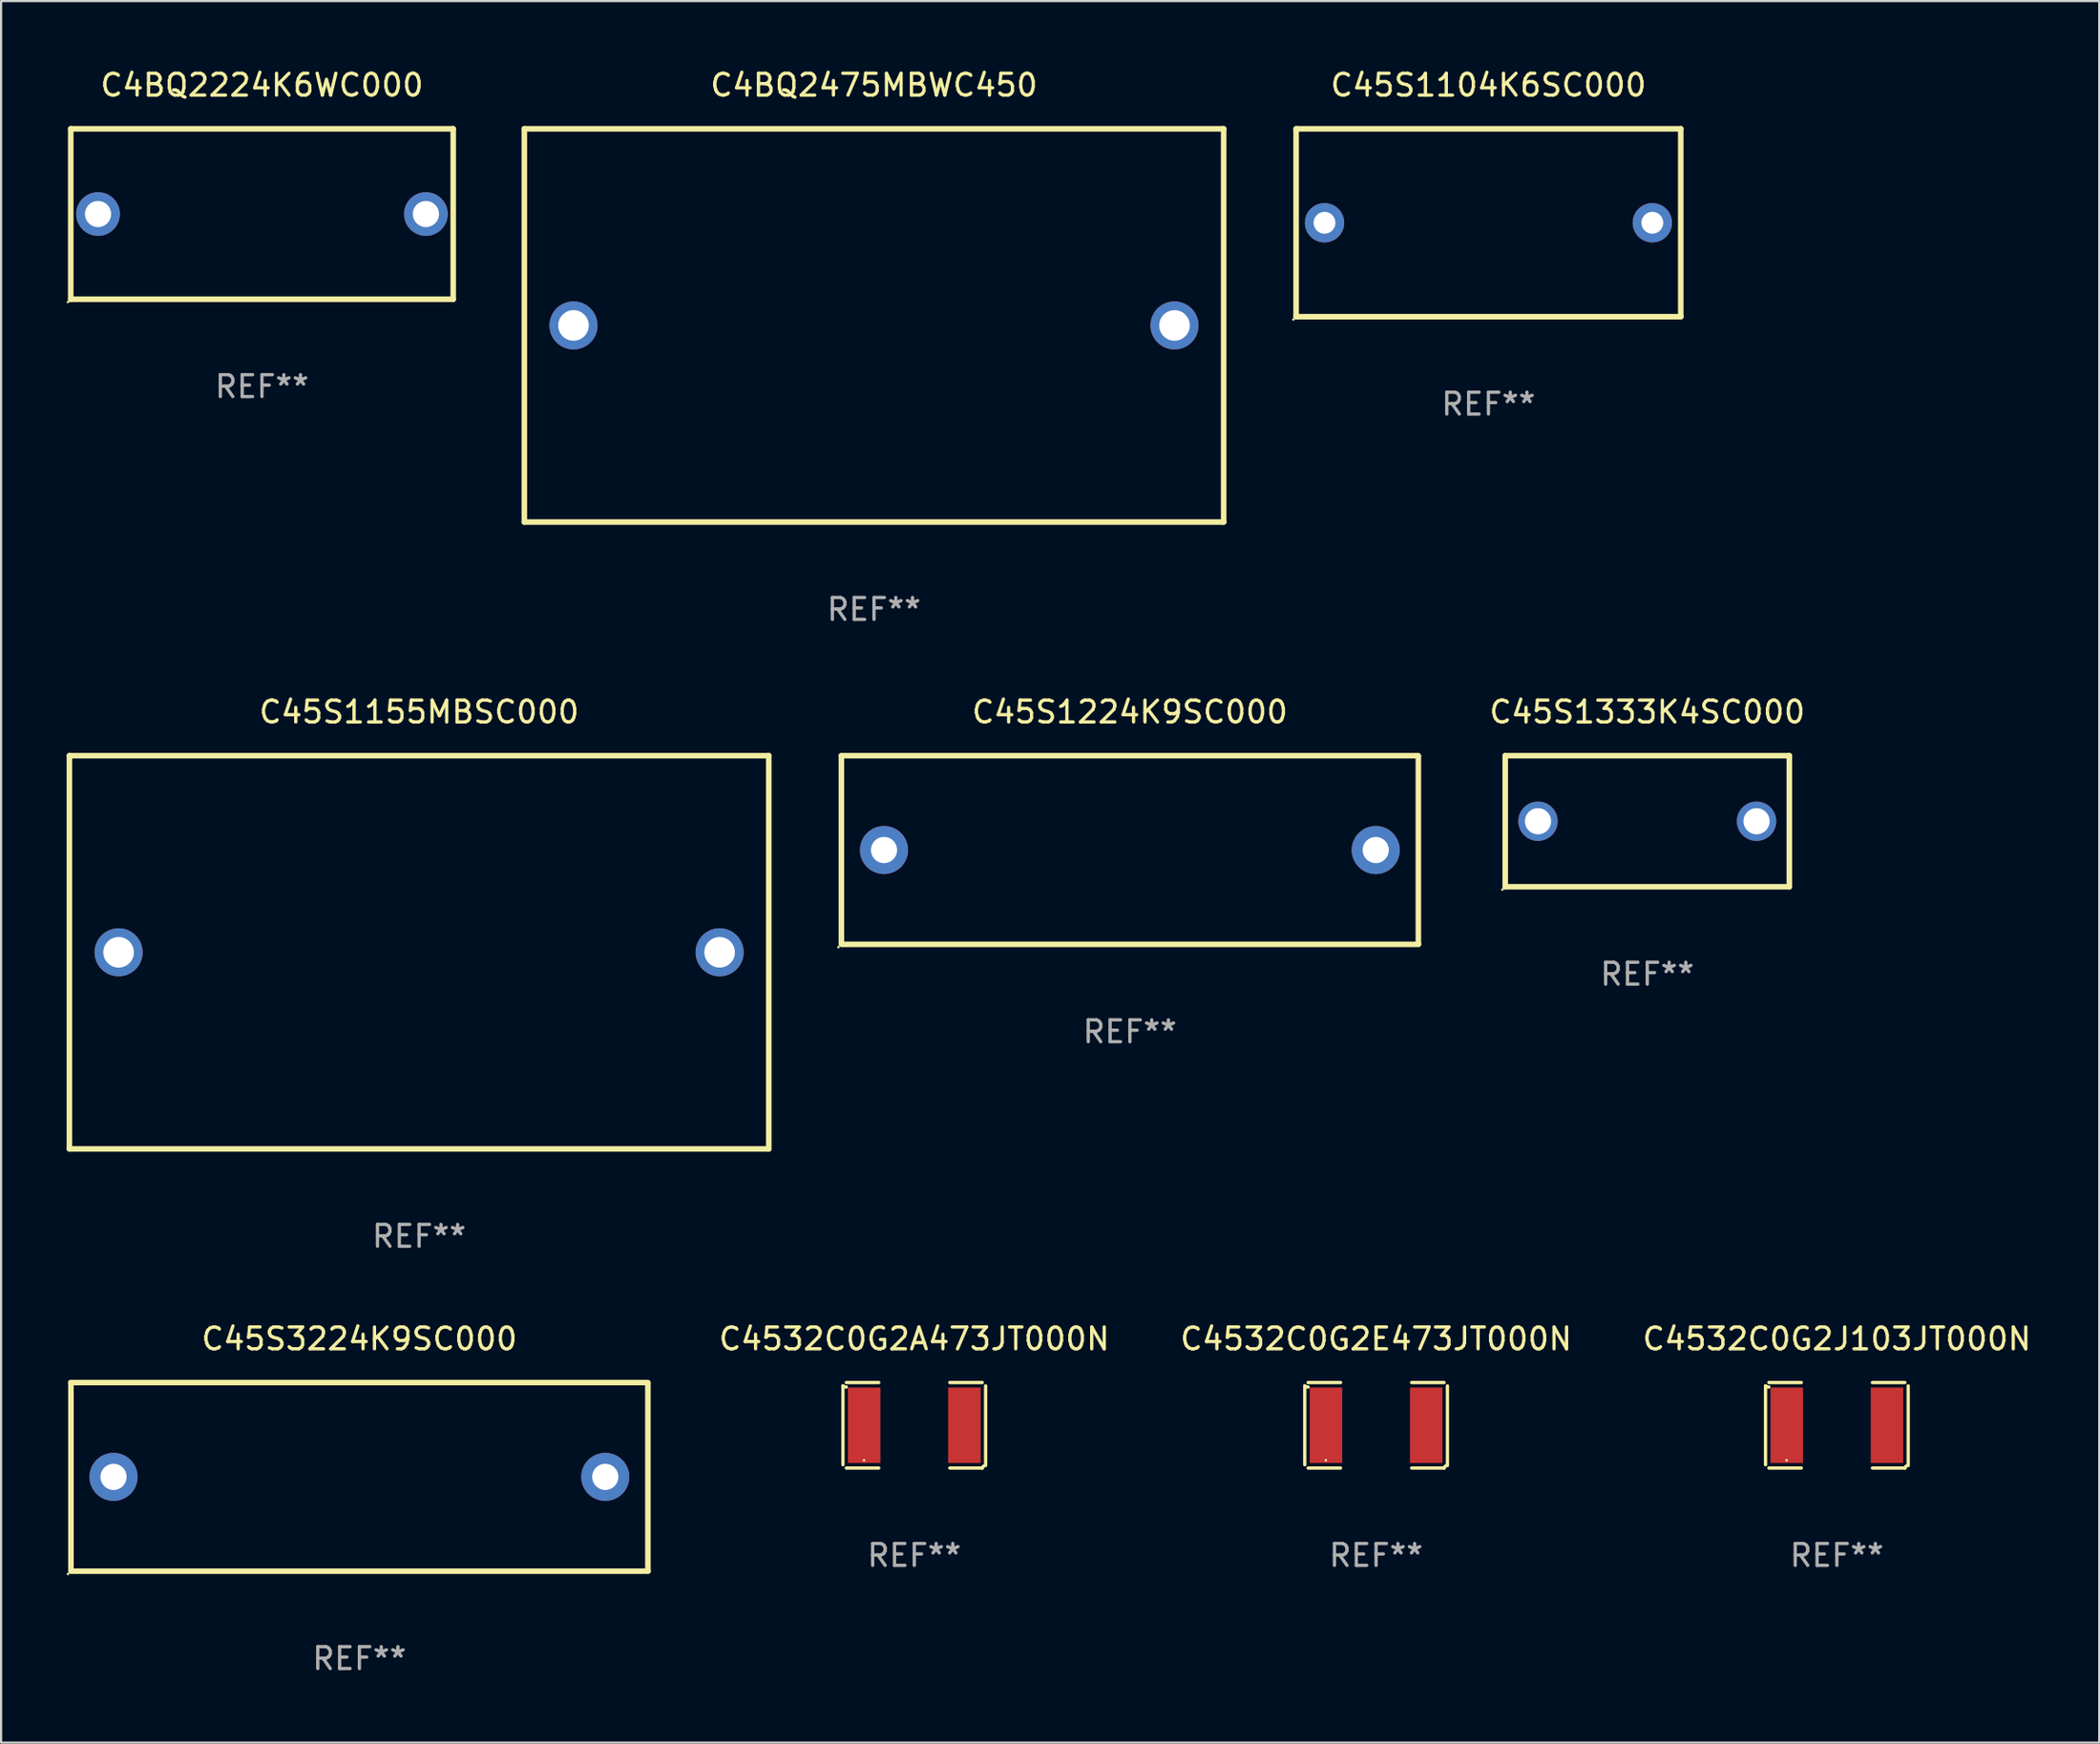
<source format=kicad_pcb>
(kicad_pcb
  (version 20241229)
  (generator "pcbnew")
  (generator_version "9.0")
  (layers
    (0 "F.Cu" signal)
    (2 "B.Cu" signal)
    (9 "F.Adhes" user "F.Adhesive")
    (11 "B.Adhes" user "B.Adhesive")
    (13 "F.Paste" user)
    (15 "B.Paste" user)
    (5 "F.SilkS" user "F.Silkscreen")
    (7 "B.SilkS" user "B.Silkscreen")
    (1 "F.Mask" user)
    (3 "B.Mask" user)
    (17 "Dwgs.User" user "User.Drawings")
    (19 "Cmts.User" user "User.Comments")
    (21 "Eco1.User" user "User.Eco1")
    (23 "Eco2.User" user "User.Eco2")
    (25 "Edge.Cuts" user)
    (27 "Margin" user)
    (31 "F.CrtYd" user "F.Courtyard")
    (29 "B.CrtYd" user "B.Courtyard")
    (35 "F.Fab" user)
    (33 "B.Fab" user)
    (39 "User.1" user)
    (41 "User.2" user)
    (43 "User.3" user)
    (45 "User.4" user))
  (footprint "C4532C0G2E473JT000N"
    (layer "F.Cu")
    (at 59.915 62.198)
    (property "Reference" "C4532C0G2E473JT000N" (at 0 -3.957 0) (layer "F.SilkS") (effects (font (size 1 1) (thickness 0.15))))
    (attr through_hole)
    (fp_line (start -3.264 1.804) (end -3.264 -1.804) (stroke (width 0.152) (type solid)) (layer "F.SilkS"))
    (fp_line (start -3.111 -1.957) (end -1.626 -1.957) (stroke (width 0.152) (type solid)) (layer "F.SilkS"))
    (fp_line (start -1.626 1.957) (end -3.111 1.957) (stroke (width 0.152) (type solid)) (layer "F.SilkS"))
    (fp_line (start 1.626 1.957) (end 3.111 1.957) (stroke (width 0.152) (type solid)) (layer "F.SilkS"))
    (fp_line (start 3.111 -1.957) (end 1.626 -1.957) (stroke (width 0.152) (type solid)) (layer "F.SilkS"))
    (fp_line (start 3.264 1.804) (end 3.264 -1.804) (stroke (width 0.152) (type solid)) (layer "F.SilkS"))
    (fp_arc (start -3.111202 -1.752192) (mid -3.191715 -1.76555) (end -3.263602 -1.804191) (stroke (width 0.1524) (type solid)) (layer "F.SilkS"))
    (fp_arc (start 3.111201 1.956591) (mid 3.167789 1.872777) (end 3.263602 1.840424) (stroke (width 0.1524) (type solid)) (layer "F.SilkS"))
    (fp_circle (center -2.3 1.6) (end -2.27 1.6) (stroke (width 0.06) (type solid)) (fill no) (layer "F.SilkS"))
    (fp_text user "REF**" (at 0 5.957 0) (layer "F.Fab") (effects (font (size 1 1) (thickness 0.15))))
    (pad "1" smd rect (at -2.293 0) (size 1.485 3.456) (layers "F.Cu" "F.Mask" "F.Paste"))
    (pad "2" smd rect (at 2.293 0) (size 1.485 3.456) (layers "F.Cu" "F.Mask" "F.Paste")))
  (footprint "C45S1155MBSC000"
    (layer "F.Cu")
    (at 16.127 40.545)
    (property "Reference" "C45S1155MBSC000" (at 0 -11 0) (layer "F.SilkS") (effects (font (size 1 1) (thickness 0.15))))
    (attr through_hole)
    (fp_line (start -16 -9) (end 16 -9) (stroke (width 0.254) (type solid)) (layer "F.SilkS"))
    (fp_line (start -16 9) (end -16 -9) (stroke (width 0.254) (type solid)) (layer "F.SilkS"))
    (fp_line (start 16 -9) (end 16 9) (stroke (width 0.254) (type solid)) (layer "F.SilkS"))
    (fp_line (start 16 9) (end -16 9) (stroke (width 0.254) (type solid)) (layer "F.SilkS"))
    (fp_circle (center -16 9) (end -15.97 9) (stroke (width 0.06) (type solid)) (fill no) (layer "F.SilkS"))
    (fp_text user "REF**" (at 0 13 0) (layer "F.Fab") (effects (font (size 1 1) (thickness 0.15))))
    (pad "1" thru_hole circle (at -13.75 0) (size 2.2 2.2) (drill 1.4) (layers "*.Cu" "*.Mask"))
    (pad "2" thru_hole circle (at 13.75 0) (size 2.2 2.2) (drill 1.4) (layers "*.Cu" "*.Mask")))
  (footprint "C45S1333K4SC000"
    (layer "F.Cu")
    (at 72.323 34.545)
    (property "Reference" "C45S1333K4SC000" (at 0 -5 0) (layer "F.SilkS") (effects (font (size 1 1) (thickness 0.15))))
    (attr through_hole)
    (fp_line (start -6.5 -3) (end 6.5 -3) (stroke (width 0.254) (type solid)) (layer "F.SilkS"))
    (fp_line (start -6.5 3) (end -6.5 -3) (stroke (width 0.254) (type solid)) (layer "F.SilkS"))
    (fp_line (start -6.5 3) (end 6.5 3) (stroke (width 0.254) (type solid)) (layer "F.SilkS"))
    (fp_line (start 6.5 -3) (end 6.5 3) (stroke (width 0.254) (type solid)) (layer "F.SilkS"))
    (fp_circle (center -6.627 3.127) (end -6.597 3.127) (stroke (width 0.06) (type solid)) (fill no) (layer "F.SilkS"))
    (fp_text user "REF**" (at 0 7 0) (layer "F.Fab") (effects (font (size 1 1) (thickness 0.15))))
    (pad "1" thru_hole circle (at -5 0) (size 1.8 1.8) (drill 1.2) (layers "*.Cu" "*.Mask"))
    (pad "2" thru_hole circle (at 5 0) (size 1.8 1.8) (drill 1.2) (layers "*.Cu" "*.Mask")))
  (footprint "C4532C0G2A473JT000N"
    (layer "F.Cu")
    (at 38.784 62.198)
    (property "Reference" "C4532C0G2A473JT000N" (at 0 -3.957 0) (layer "F.SilkS") (effects (font (size 1 1) (thickness 0.15))))
    (attr through_hole)
    (fp_line (start -3.264 1.804) (end -3.264 -1.804) (stroke (width 0.152) (type solid)) (layer "F.SilkS"))
    (fp_line (start -3.111 -1.957) (end -1.626 -1.957) (stroke (width 0.152) (type solid)) (layer "F.SilkS"))
    (fp_line (start -1.626 1.957) (end -3.111 1.957) (stroke (width 0.152) (type solid)) (layer "F.SilkS"))
    (fp_line (start 1.626 1.957) (end 3.111 1.957) (stroke (width 0.152) (type solid)) (layer "F.SilkS"))
    (fp_line (start 3.111 -1.957) (end 1.626 -1.957) (stroke (width 0.152) (type solid)) (layer "F.SilkS"))
    (fp_line (start 3.264 1.804) (end 3.264 -1.804) (stroke (width 0.152) (type solid)) (layer "F.SilkS"))
    (fp_arc (start -3.111202 -1.752192) (mid -3.191715 -1.76555) (end -3.263602 -1.804191) (stroke (width 0.1524) (type solid)) (layer "F.SilkS"))
    (fp_arc (start 3.111201 1.956591) (mid 3.167789 1.872777) (end 3.263602 1.840424) (stroke (width 0.1524) (type solid)) (layer "F.SilkS"))
    (fp_circle (center -2.3 1.6) (end -2.27 1.6) (stroke (width 0.06) (type solid)) (fill no) (layer "F.SilkS"))
    (fp_text user "REF**" (at 0 5.957 0) (layer "F.Fab") (effects (font (size 1 1) (thickness 0.15))))
    (pad "1" smd rect (at -2.293 0) (size 1.485 3.456) (layers "F.Cu" "F.Mask" "F.Paste"))
    (pad "2" smd rect (at 2.293 0) (size 1.485 3.456) (layers "F.Cu" "F.Mask" "F.Paste")))
  (footprint "C45S1104K6SC000"
    (layer "F.Cu")
    (at 65.055 7.148)
    (property "Reference" "C45S1104K6SC000" (at 0 -6.3 0) (layer "F.SilkS") (effects (font (size 1 1) (thickness 0.15))))
    (attr through_hole)
    (fp_line (start -8.8 -4.3) (end -8.8 4.3) (stroke (width 0.254) (type solid)) (layer "F.SilkS"))
    (fp_line (start -8.8 -4.3) (end 8.8 -4.3) (stroke (width 0.254) (type solid)) (layer "F.SilkS"))
    (fp_line (start -8.8 4.3) (end 8.8 4.3) (stroke (width 0.254) (type solid)) (layer "F.SilkS"))
    (fp_line (start 8.8 -4.3) (end 8.8 4.3) (stroke (width 0.254) (type solid)) (layer "F.SilkS"))
    (fp_circle (center -8.927 4.427) (end -8.897 4.427) (stroke (width 0.06) (type solid)) (fill no) (layer "F.SilkS"))
    (fp_text user "REF**" (at 0 8.3 0) (layer "F.Fab") (effects (font (size 1 1) (thickness 0.15))))
    (pad "1" thru_hole circle (at -7.5 0) (size 1.8 1.8) (drill 1) (layers "*.Cu" "*.Mask"))
    (pad "2" thru_hole circle (at 7.5 0) (size 1.8 1.8) (drill 1) (layers "*.Cu" "*.Mask")))
  (footprint "C4532C0G2J103JT000N"
    (layer "F.Cu")
    (at 80.998 62.198)
    (property "Reference" "C4532C0G2J103JT000N" (at 0 -3.957 0) (layer "F.SilkS") (effects (font (size 1 1) (thickness 0.15))))
    (attr through_hole)
    (fp_line (start -3.264 1.804) (end -3.264 -1.804) (stroke (width 0.152) (type solid)) (layer "F.SilkS"))
    (fp_line (start -3.111 -1.957) (end -1.626 -1.957) (stroke (width 0.152) (type solid)) (layer "F.SilkS"))
    (fp_line (start -1.626 1.957) (end -3.111 1.957) (stroke (width 0.152) (type solid)) (layer "F.SilkS"))
    (fp_line (start 1.626 1.957) (end 3.111 1.957) (stroke (width 0.152) (type solid)) (layer "F.SilkS"))
    (fp_line (start 3.111 -1.957) (end 1.626 -1.957) (stroke (width 0.152) (type solid)) (layer "F.SilkS"))
    (fp_line (start 3.264 1.804) (end 3.264 -1.804) (stroke (width 0.152) (type solid)) (layer "F.SilkS"))
    (fp_arc (start -3.111202 -1.752192) (mid -3.191715 -1.76555) (end -3.263602 -1.804191) (stroke (width 0.1524) (type solid)) (layer "F.SilkS"))
    (fp_arc (start 3.111201 1.956591) (mid 3.167789 1.872777) (end 3.263602 1.840424) (stroke (width 0.1524) (type solid)) (layer "F.SilkS"))
    (fp_circle (center -2.3 1.6) (end -2.27 1.6) (stroke (width 0.06) (type solid)) (fill no) (layer "F.SilkS"))
    (fp_text user "REF**" (at 0 5.957 0) (layer "F.Fab") (effects (font (size 1 1) (thickness 0.15))))
    (pad "1" smd rect (at -2.293 0) (size 1.485 3.456) (layers "F.Cu" "F.Mask" "F.Paste"))
    (pad "2" smd rect (at 2.293 0) (size 1.485 3.456) (layers "F.Cu" "F.Mask" "F.Paste")))
  (footprint "C4BQ2224K6WC000"
    (layer "F.Cu")
    (at 8.937 6.748)
    (property "Reference" "C4BQ2224K6WC000" (at 0 -5.9 0) (layer "F.SilkS") (effects (font (size 1 1) (thickness 0.15))))
    (attr through_hole)
    (fp_line (start -8.75 -3.9) (end 8.75 -3.9) (stroke (width 0.254) (type solid)) (layer "F.SilkS"))
    (fp_line (start -8.75 3.9) (end -8.75 -3.9) (stroke (width 0.254) (type solid)) (layer "F.SilkS"))
    (fp_line (start 8.75 -3.9) (end 8.75 3.9) (stroke (width 0.254) (type solid)) (layer "F.SilkS"))
    (fp_line (start 8.75 3.9) (end -8.75 3.9) (stroke (width 0.254) (type solid)) (layer "F.SilkS"))
    (fp_circle (center -8.877 4.027) (end -8.847 4.027) (stroke (width 0.06) (type solid)) (fill no) (layer "F.SilkS"))
    (fp_text user "REF**" (at 0 7.9 0) (layer "F.Fab") (effects (font (size 1 1) (thickness 0.15))))
    (pad "1" thru_hole circle (at -7.501 0) (size 2 2) (drill 1.2) (layers "*.Cu" "*.Mask"))
    (pad "2" thru_hole circle (at 7.501 0) (size 2 2) (drill 1.2) (layers "*.Cu" "*.Mask")))
  (footprint "C45S1224K9SC000"
    (layer "F.Cu")
    (at 48.649 35.863)
    (property "Reference" "C45S1224K9SC000" (at 0 -6.318 0) (layer "F.SilkS") (effects (font (size 1 1) (thickness 0.15))))
    (attr through_hole)
    (fp_line (start -13.208 -4.318) (end 13.193 -4.318) (stroke (width 0.254) (type solid)) (layer "F.SilkS"))
    (fp_line (start -13.2 4.3) (end -13.2 -4.3) (stroke (width 0.254) (type solid)) (layer "F.SilkS"))
    (fp_line (start 13.2 -4.3) (end 13.2 4.3) (stroke (width 0.254) (type solid)) (layer "F.SilkS"))
    (fp_line (start 13.208 4.318) (end -13.193 4.318) (stroke (width 0.254) (type solid)) (layer "F.SilkS"))
    (fp_circle (center -13.335 4.445) (end -13.305 4.445) (stroke (width 0.06) (type solid)) (fill no) (layer "F.SilkS"))
    (fp_text user "REF**" (at 0 8.318 0) (layer "F.Fab") (effects (font (size 1 1) (thickness 0.15))))
    (pad "1" thru_hole circle (at -11.25 0) (size 2.2 2.2) (drill 1.2) (layers "*.Cu" "*.Mask"))
    (pad "2" thru_hole circle (at 11.25 0) (size 2.2 2.2) (drill 1.2) (layers "*.Cu" "*.Mask")))
  (footprint "C45S3224K9SC000"
    (layer "F.Cu")
    (at 13.395 64.559)
    (property "Reference" "C45S3224K9SC000" (at 0 -6.318 0) (layer "F.SilkS") (effects (font (size 1 1) (thickness 0.15))))
    (attr through_hole)
    (fp_line (start -13.208 -4.318) (end 13.193 -4.318) (stroke (width 0.254) (type solid)) (layer "F.SilkS"))
    (fp_line (start -13.2 4.3) (end -13.2 -4.3) (stroke (width 0.254) (type solid)) (layer "F.SilkS"))
    (fp_line (start 13.2 -4.3) (end 13.2 4.3) (stroke (width 0.254) (type solid)) (layer "F.SilkS"))
    (fp_line (start 13.208 4.318) (end -13.193 4.318) (stroke (width 0.254) (type solid)) (layer "F.SilkS"))
    (fp_circle (center -13.335 4.445) (end -13.305 4.445) (stroke (width 0.06) (type solid)) (fill no) (layer "F.SilkS"))
    (fp_text user "REF**" (at 0 8.318 0) (layer "F.Fab") (effects (font (size 1 1) (thickness 0.15))))
    (pad "1" thru_hole circle (at -11.25 0) (size 2.2 2.2) (drill 1.2) (layers "*.Cu" "*.Mask"))
    (pad "2" thru_hole circle (at 11.25 0) (size 2.2 2.2) (drill 1.2) (layers "*.Cu" "*.Mask")))
  (footprint "C4BQ2475MBWC450"
    (layer "F.Cu")
    (at 36.941 11.848)
    (property "Reference" "C4BQ2475MBWC450" (at 0 -11 0) (layer "F.SilkS") (effects (font (size 1 1) (thickness 0.15))))
    (attr through_hole)
    (fp_line (start -16 -9) (end 16 -9) (stroke (width 0.254) (type solid)) (layer "F.SilkS"))
    (fp_line (start -16 9) (end -16 -9) (stroke (width 0.254) (type solid)) (layer "F.SilkS"))
    (fp_line (start 16 -9) (end 16 9) (stroke (width 0.254) (type solid)) (layer "F.SilkS"))
    (fp_line (start 16 9) (end -16 9) (stroke (width 0.254) (type solid)) (layer "F.SilkS"))
    (fp_circle (center -16 9) (end -15.97 9) (stroke (width 0.06) (type solid)) (fill no) (layer "F.SilkS"))
    (fp_text user "REF**" (at 0 13 0) (layer "F.Fab") (effects (font (size 1 1) (thickness 0.15))))
    (pad "1" thru_hole circle (at -13.75 0) (size 2.2 2.2) (drill 1.4) (layers "*.Cu" "*.Mask"))
    (pad "2" thru_hole circle (at 13.75 0) (size 2.2 2.2) (drill 1.4) (layers "*.Cu" "*.Mask")))
  (gr_rect
    (start -3 -3)
    (end 93.004 76.726)
    (stroke (width 0.1) (type default))
    (fill no)
    (layer "Edge.Cuts")))
</source>
